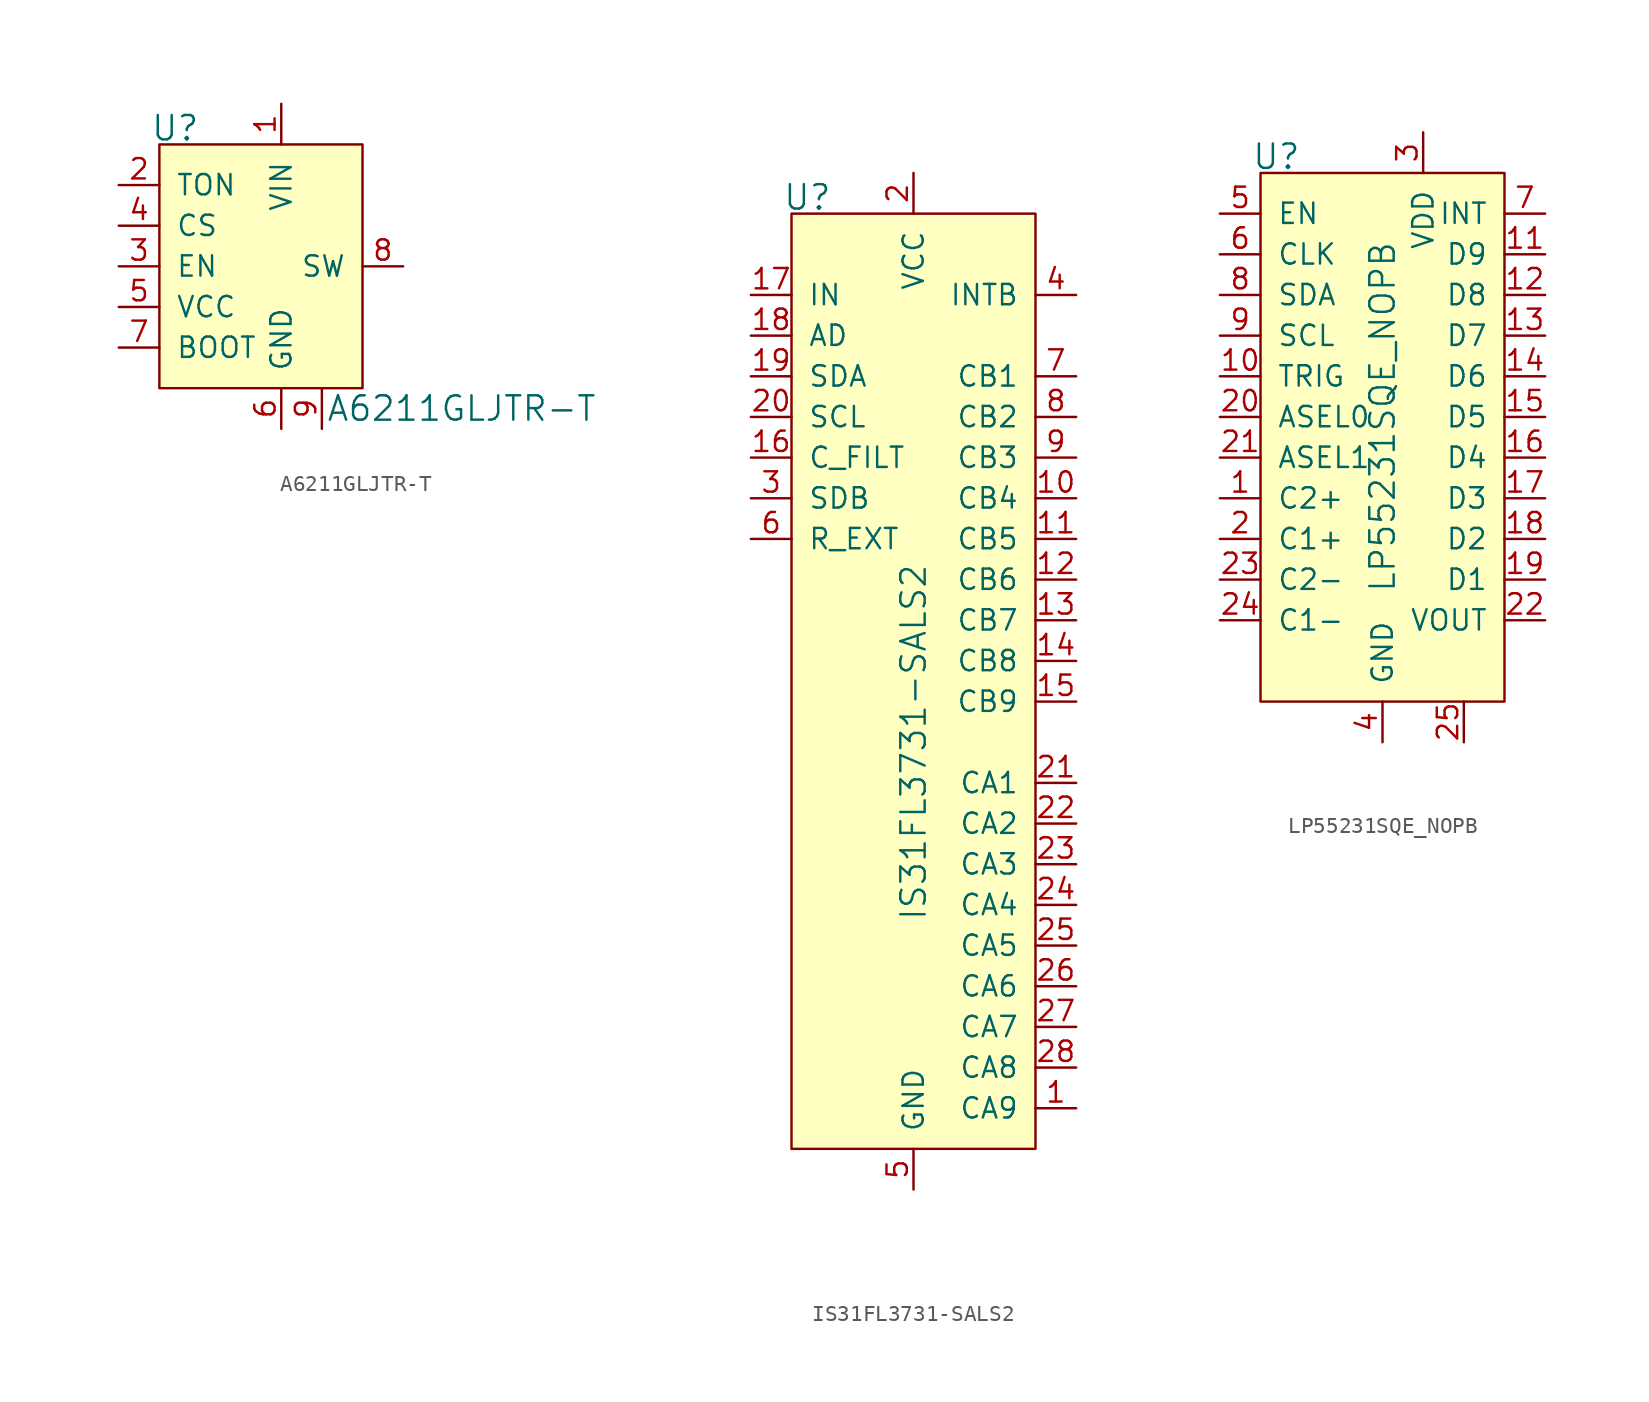
<source format=kicad_sym>
(kicad_symbol_lib
  (version 20201005)
  (generator kicad_symbol_editor)
  (symbol "A6211GLJTR-T"
    (pin_names
      (offset 1.016))
    (property "Reference" "U"
      (at -2.54 6.096 0)
      (effects (font (size 1.524 1.524)) (justify right)))
    (property "Value" "A6211GLJTR-T"
      (at 5.334 -11.43 0)
      (effects (font (size 1.524 1.524)) (justify left)))
    (symbol "A6211GLJTR-T_0_1"
      (rectangle (start -5.08 5.08) (end 7.62 -10.16) (stroke (width 0)) (fill (type background))))
    (symbol "A6211GLJTR-T_1_1"
      (pin power_in line (at 2.54 7.62 270) (length 2.54) (name "VIN" (effects (font (size 1.27 1.27)))) (number "1" (effects (font (size 1.27 1.27)))))
      (pin passive line (at -7.62 2.54 0) (length 2.54) (name "TON" (effects (font (size 1.27 1.27)))) (number "2" (effects (font (size 1.27 1.27)))))
      (pin input line (at -7.62 -2.54 0) (length 2.54) (name "EN" (effects (font (size 1.27 1.27)))) (number "3" (effects (font (size 1.27 1.27)))))
      (pin input line (at -7.62 0 0) (length 2.54) (name "CS" (effects (font (size 1.27 1.27)))) (number "4" (effects (font (size 1.27 1.27)))))
      (pin passive line (at -7.62 -5.08 0) (length 2.54) (name "VCC" (effects (font (size 1.27 1.27)))) (number "5" (effects (font (size 1.27 1.27)))))
      (pin power_in line (at 2.54 -12.7 90) (length 2.54) (name "GND" (effects (font (size 1.27 1.27)))) (number "6" (effects (font (size 1.27 1.27)))))
      (pin passive line (at -7.62 -7.62 0) (length 2.54) (name "BOOT" (effects (font (size 1.27 1.27)))) (number "7" (effects (font (size 1.27 1.27)))))
      (pin output line (at 10.16 -2.54 180) (length 2.54) (name "SW" (effects (font (size 1.27 1.27)))) (number "8" (effects (font (size 1.27 1.27)))))
      (pin power_in line (at 5.08 -12.7 90) (length 2.54) (name "~" (effects (font (size 1.27 1.27)))) (number "9" (effects (font (size 1.27 1.27)))))))
  (symbol "IS31FL3731-SALS2"
    (pin_names
      (offset 1.016))
    (property "Reference" "U"
      (at -5.08 21.336 0)
      (effects (font (size 1.524 1.524)) (justify right)))
    (property "Value" "IS31FL3731-SALS2"
      (at 0 -12.7 90)
      (effects (font (size 1.524 1.524))))
    (symbol "IS31FL3731-SALS2_0_1"
      (rectangle (start -7.62 20.32) (end 7.62 -38.1) (stroke (width 0)) (fill (type background))))
    (symbol "IS31FL3731-SALS2_1_1"
      (pin passive line (at 10.16 -35.56 180) (length 2.54) (name "CA9" (effects (font (size 1.27 1.27)))) (number "1" (effects (font (size 1.27 1.27)))))
      (pin power_in line (at 0 22.86 270) (length 2.54) (name "VCC" (effects (font (size 1.27 1.27)))) (number "2" (effects (font (size 1.27 1.27)))))
      (pin input line (at -10.16 2.54 0) (length 2.54) (name "SDB" (effects (font (size 1.27 1.27)))) (number "3" (effects (font (size 1.27 1.27)))))
      (pin input line (at 10.16 15.24 180) (length 2.54) (name "INTB" (effects (font (size 1.27 1.27)))) (number "4" (effects (font (size 1.27 1.27)))))
      (pin power_in line (at 0 -40.64 90) (length 2.54) (name "GND" (effects (font (size 1.27 1.27)))) (number "5" (effects (font (size 1.27 1.27)))))
      (pin passive line (at -10.16 0 0) (length 2.54) (name "R_EXT" (effects (font (size 1.27 1.27)))) (number "6" (effects (font (size 1.27 1.27)))))
      (pin passive line (at 10.16 10.16 180) (length 2.54) (name "CB1" (effects (font (size 1.27 1.27)))) (number "7" (effects (font (size 1.27 1.27)))))
      (pin passive line (at 10.16 7.62 180) (length 2.54) (name "CB2" (effects (font (size 1.27 1.27)))) (number "8" (effects (font (size 1.27 1.27)))))
      (pin passive line (at 10.16 5.08 180) (length 2.54) (name "CB3" (effects (font (size 1.27 1.27)))) (number "9" (effects (font (size 1.27 1.27)))))
      (pin passive line (at 10.16 2.54 180) (length 2.54) (name "CB4" (effects (font (size 1.27 1.27)))) (number "10" (effects (font (size 1.27 1.27)))))
      (pin input line (at -10.16 7.62 0) (length 2.54) (name "SCL" (effects (font (size 1.27 1.27)))) (number "20" (effects (font (size 1.27 1.27)))))
      (pin passive line (at 10.16 0 180) (length 2.54) (name "CB5" (effects (font (size 1.27 1.27)))) (number "11" (effects (font (size 1.27 1.27)))))
      (pin passive line (at 10.16 -15.24 180) (length 2.54) (name "CA1" (effects (font (size 1.27 1.27)))) (number "21" (effects (font (size 1.27 1.27)))))
      (pin passive line (at 10.16 -2.54 180) (length 2.54) (name "CB6" (effects (font (size 1.27 1.27)))) (number "12" (effects (font (size 1.27 1.27)))))
      (pin passive line (at 10.16 -17.78 180) (length 2.54) (name "CA2" (effects (font (size 1.27 1.27)))) (number "22" (effects (font (size 1.27 1.27)))))
      (pin passive line (at 10.16 -5.08 180) (length 2.54) (name "CB7" (effects (font (size 1.27 1.27)))) (number "13" (effects (font (size 1.27 1.27)))))
      (pin passive line (at 10.16 -20.32 180) (length 2.54) (name "CA3" (effects (font (size 1.27 1.27)))) (number "23" (effects (font (size 1.27 1.27)))))
      (pin passive line (at 10.16 -7.62 180) (length 2.54) (name "CB8" (effects (font (size 1.27 1.27)))) (number "14" (effects (font (size 1.27 1.27)))))
      (pin passive line (at 10.16 -22.86 180) (length 2.54) (name "CA4" (effects (font (size 1.27 1.27)))) (number "24" (effects (font (size 1.27 1.27)))))
      (pin passive line (at 10.16 -10.16 180) (length 2.54) (name "CB9" (effects (font (size 1.27 1.27)))) (number "15" (effects (font (size 1.27 1.27)))))
      (pin passive line (at 10.16 -25.4 180) (length 2.54) (name "CA5" (effects (font (size 1.27 1.27)))) (number "25" (effects (font (size 1.27 1.27)))))
      (pin passive line (at -10.16 5.08 0) (length 2.54) (name "C_FILT" (effects (font (size 1.27 1.27)))) (number "16" (effects (font (size 1.27 1.27)))))
      (pin passive line (at 10.16 -27.94 180) (length 2.54) (name "CA6" (effects (font (size 1.27 1.27)))) (number "26" (effects (font (size 1.27 1.27)))))
      (pin input line (at -10.16 15.24 0) (length 2.54) (name "IN" (effects (font (size 1.27 1.27)))) (number "17" (effects (font (size 1.27 1.27)))))
      (pin passive line (at 10.16 -30.48 180) (length 2.54) (name "CA7" (effects (font (size 1.27 1.27)))) (number "27" (effects (font (size 1.27 1.27)))))
      (pin input line (at -10.16 12.7 0) (length 2.54) (name "AD" (effects (font (size 1.27 1.27)))) (number "18" (effects (font (size 1.27 1.27)))))
      (pin passive line (at 10.16 -33.02 180) (length 2.54) (name "CA8" (effects (font (size 1.27 1.27)))) (number "28" (effects (font (size 1.27 1.27)))))
      (pin bidirectional line (at -10.16 10.16 0) (length 2.54) (name "SDA" (effects (font (size 1.27 1.27)))) (number "19" (effects (font (size 1.27 1.27)))))))
  (symbol "LP55231SQE_NOPB"
    (pin_names
      (offset 1.016))
    (property "Reference" "U"
      (at -7.62 3.556 0)
      (effects (font (size 1.524 1.524)) (justify right)))
    (property "Value" "LP55231SQE_NOPB"
      (at -2.54 -12.7 90)
      (effects (font (size 1.524 1.524))))
    (symbol "LP55231SQE_NOPB_0_1"
      (rectangle (start -10.16 2.54) (end 5.08 -30.48) (stroke (width 0)) (fill (type background))))
    (symbol "LP55231SQE_NOPB_1_1"
      (pin passive line (at -12.7 -17.78 0) (length 2.54) (name "C2+" (effects (font (size 1.27 1.27)))) (number "1" (effects (font (size 1.27 1.27)))))
      (pin passive line (at -12.7 -20.32 0) (length 2.54) (name "C1+" (effects (font (size 1.27 1.27)))) (number "2" (effects (font (size 1.27 1.27)))))
      (pin power_in line (at 0 5.08 270) (length 2.54) (name "VDD" (effects (font (size 1.27 1.27)))) (number "3" (effects (font (size 1.27 1.27)))))
      (pin power_in line (at -2.54 -33.02 90) (length 2.54) (name "GND" (effects (font (size 1.27 1.27)))) (number "4" (effects (font (size 1.27 1.27)))))
      (pin input line (at -12.7 0 0) (length 2.54) (name "EN" (effects (font (size 1.27 1.27)))) (number "5" (effects (font (size 1.27 1.27)))))
      (pin input line (at -12.7 -2.54 0) (length 2.54) (name "CLK" (effects (font (size 1.27 1.27)))) (number "6" (effects (font (size 1.27 1.27)))))
      (pin output line (at 7.62 0 180) (length 2.54) (name "INT" (effects (font (size 1.27 1.27)))) (number "7" (effects (font (size 1.27 1.27)))))
      (pin bidirectional line (at -12.7 -5.08 0) (length 2.54) (name "SDA" (effects (font (size 1.27 1.27)))) (number "8" (effects (font (size 1.27 1.27)))))
      (pin input line (at -12.7 -7.62 0) (length 2.54) (name "SCL" (effects (font (size 1.27 1.27)))) (number "9" (effects (font (size 1.27 1.27)))))
      (pin input line (at -12.7 -10.16 0) (length 2.54) (name "TRIG" (effects (font (size 1.27 1.27)))) (number "10" (effects (font (size 1.27 1.27)))))
      (pin input line (at -12.7 -12.7 0) (length 2.54) (name "ASEL0" (effects (font (size 1.27 1.27)))) (number "20" (effects (font (size 1.27 1.27)))))
      (pin power_out line (at 7.62 -2.54 180) (length 2.54) (name "D9" (effects (font (size 1.27 1.27)))) (number "11" (effects (font (size 1.27 1.27)))))
      (pin input line (at -12.7 -15.24 0) (length 2.54) (name "ASEL1" (effects (font (size 1.27 1.27)))) (number "21" (effects (font (size 1.27 1.27)))))
      (pin power_out line (at 7.62 -5.08 180) (length 2.54) (name "D8" (effects (font (size 1.27 1.27)))) (number "12" (effects (font (size 1.27 1.27)))))
      (pin passive line (at 7.62 -25.4 180) (length 2.54) (name "VOUT" (effects (font (size 1.27 1.27)))) (number "22" (effects (font (size 1.27 1.27)))))
      (pin power_out line (at 7.62 -7.62 180) (length 2.54) (name "D7" (effects (font (size 1.27 1.27)))) (number "13" (effects (font (size 1.27 1.27)))))
      (pin passive line (at -12.7 -22.86 0) (length 2.54) (name "C2-" (effects (font (size 1.27 1.27)))) (number "23" (effects (font (size 1.27 1.27)))))
      (pin power_out line (at 7.62 -10.16 180) (length 2.54) (name "D6" (effects (font (size 1.27 1.27)))) (number "14" (effects (font (size 1.27 1.27)))))
      (pin passive line (at -12.7 -25.4 0) (length 2.54) (name "C1-" (effects (font (size 1.27 1.27)))) (number "24" (effects (font (size 1.27 1.27)))))
      (pin power_out line (at 7.62 -12.7 180) (length 2.54) (name "D5" (effects (font (size 1.27 1.27)))) (number "15" (effects (font (size 1.27 1.27)))))
      (pin power_in line (at 2.54 -33.02 90) (length 2.54) (name "~" (effects (font (size 1.27 1.27)))) (number "25" (effects (font (size 1.27 1.27)))))
      (pin power_out line (at 7.62 -15.24 180) (length 2.54) (name "D4" (effects (font (size 1.27 1.27)))) (number "16" (effects (font (size 1.27 1.27)))))
      (pin power_out line (at 7.62 -17.78 180) (length 2.54) (name "D3" (effects (font (size 1.27 1.27)))) (number "17" (effects (font (size 1.27 1.27)))))
      (pin power_out line (at 7.62 -20.32 180) (length 2.54) (name "D2" (effects (font (size 1.27 1.27)))) (number "18" (effects (font (size 1.27 1.27)))))
      (pin power_out line (at 7.62 -22.86 180) (length 2.54) (name "D1" (effects (font (size 1.27 1.27)))) (number "19" (effects (font (size 1.27 1.27))))))))
</source>
